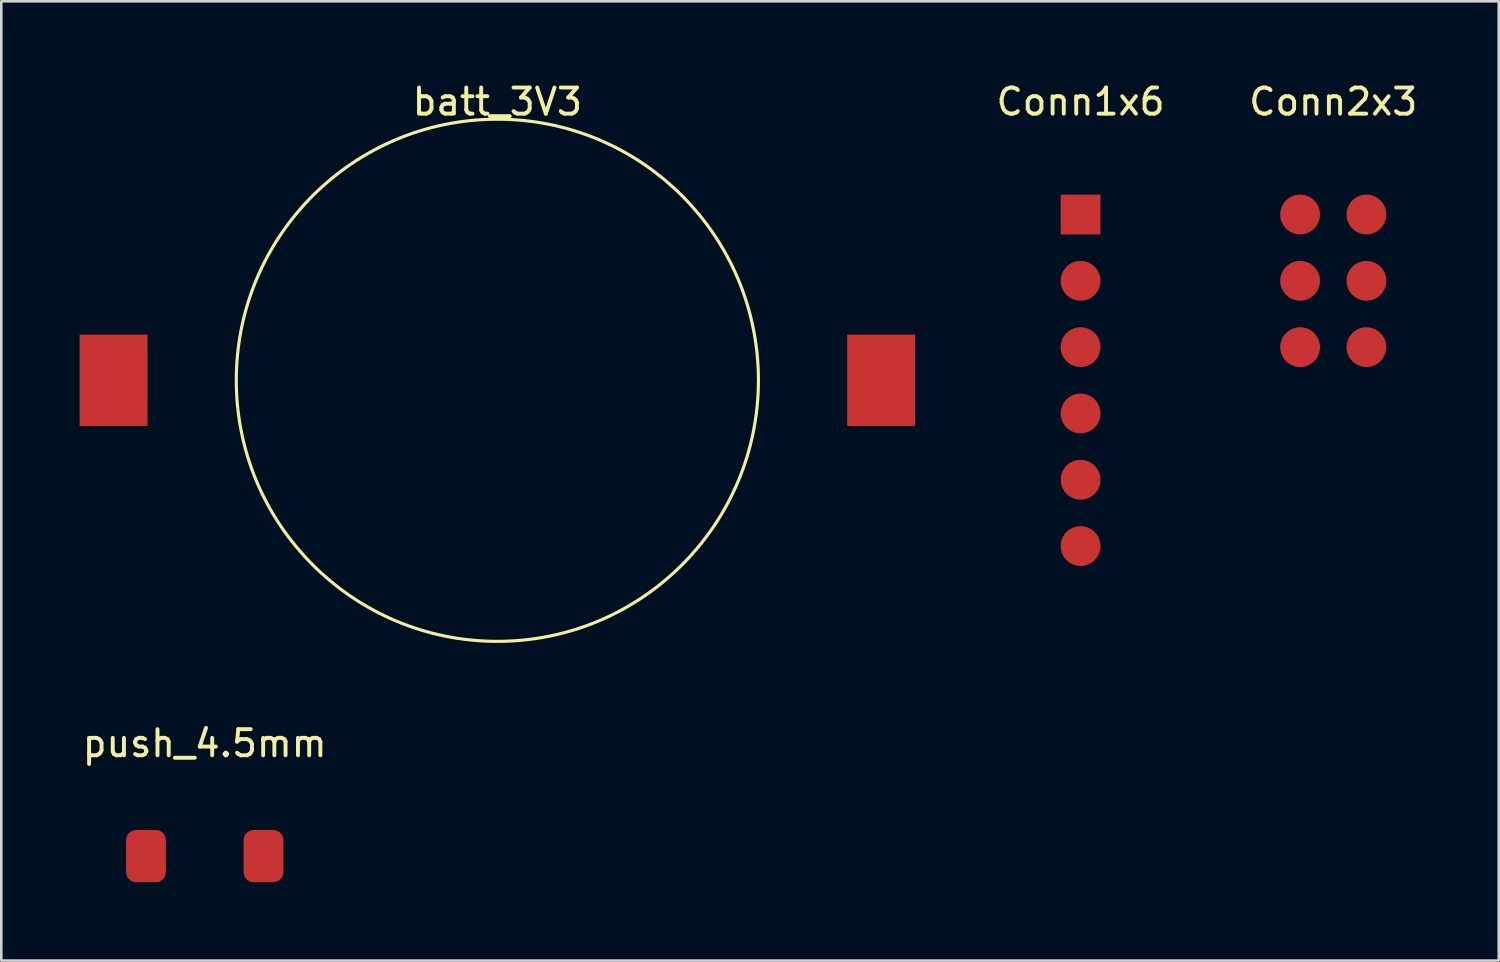
<source format=kicad_pcb>
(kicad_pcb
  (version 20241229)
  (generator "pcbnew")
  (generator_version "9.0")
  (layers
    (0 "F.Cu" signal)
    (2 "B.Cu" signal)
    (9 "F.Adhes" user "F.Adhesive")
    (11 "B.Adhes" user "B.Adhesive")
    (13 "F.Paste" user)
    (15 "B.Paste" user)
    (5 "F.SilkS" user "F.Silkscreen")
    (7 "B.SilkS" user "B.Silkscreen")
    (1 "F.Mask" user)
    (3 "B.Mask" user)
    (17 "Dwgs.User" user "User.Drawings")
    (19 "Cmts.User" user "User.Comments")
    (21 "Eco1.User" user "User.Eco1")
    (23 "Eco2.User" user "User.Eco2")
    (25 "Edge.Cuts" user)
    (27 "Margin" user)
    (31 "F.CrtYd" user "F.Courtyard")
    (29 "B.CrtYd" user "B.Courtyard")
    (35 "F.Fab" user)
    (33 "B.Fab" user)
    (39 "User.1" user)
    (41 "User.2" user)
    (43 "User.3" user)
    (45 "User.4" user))
  (footprint "Conn1x6"
    (layer "F.Cu")
    (at 38.339 11.516)
    (property "Reference" "Conn1x6" (at 0 -10.668 0) (layer "F.SilkS") (effects (font (size 1 1) (thickness 0.15))))
    (attr through_hole)
    (pad "1" connect rect (at 0 -6.35) (size 1.524 1.524) (layers "F.Cu" "F.Mask"))
    (pad "2" connect circle (at 0 -3.81) (size 1.524 1.524) (layers "F.Cu" "F.Mask"))
    (pad "3" connect circle (at 0 -1.27) (size 1.524 1.524) (layers "F.Cu" "F.Mask"))
    (pad "4" connect circle (at 0 1.27) (size 1.524 1.524) (layers "F.Cu" "F.Mask"))
    (pad "5" connect circle (at 0 3.81) (size 1.524 1.524) (layers "F.Cu" "F.Mask"))
    (pad "6" connect circle (at 0 6.35) (size 1.524 1.524) (layers "F.Cu" "F.Mask")))
  (footprint "push_4.5mm"
    (layer "F.Cu")
    (at 4.792 29.742)
    (property "Reference" "push_4.5mm" (at 0 -4.318 0) (layer "F.SilkS") (effects (font (size 1 1) (thickness 0.15))))
    (attr through_hole)
    (pad "1" smd roundrect (at -2.25 0) (size 1.524 2) (layers "F.Cu" "F.Mask" "F.Paste") (roundrect_rratio 0.25))
    (pad "2" smd roundrect (at 2.25 0) (size 1.524 2) (layers "F.Cu" "F.Mask" "F.Paste") (roundrect_rratio 0.25)))
  (footprint "Conn2x3"
    (layer "F.Cu")
    (at 48.018 7.706)
    (property "Reference" "Conn2x3" (at 0 -6.858 0) (layer "F.SilkS") (effects (font (size 1 1) (thickness 0.15))))
    (attr through_hole)
    (pad "1" connect circle (at -1.27 -2.54) (size 1.524 1.524) (layers "F.Cu" "F.Mask"))
    (pad "2" connect circle (at -1.27 0) (size 1.524 1.524) (layers "F.Cu" "F.Mask"))
    (pad "3" connect circle (at -1.27 2.54) (size 1.524 1.524) (layers "F.Cu" "F.Mask"))
    (pad "4" connect circle (at 1.27 -2.54) (size 1.524 1.524) (layers "F.Cu" "F.Mask"))
    (pad "5" connect circle (at 1.27 0) (size 1.524 1.524) (layers "F.Cu" "F.Mask"))
    (pad "6" connect circle (at 1.27 2.54) (size 1.524 1.524) (layers "F.Cu" "F.Mask")))
  (footprint "batt_3V3"
    (layer "F.Cu")
    (at 16 11.516)
    (property "Reference" "batt_3V3" (at 0 -10.668 0) (layer "F.SilkS") (effects (font (size 1 1) (thickness 0.15))))
    (attr through_hole)
    (fp_circle (center 0 0) (end 10 0) (stroke (width 0.12) (type solid)) (fill no) (layer "F.SilkS"))
    (pad "1" smd rect (at -14.7 0) (size 2.6 3.5) (layers "F.Cu" "F.Mask" "F.Paste"))
    (pad "2" smd rect (at 14.7 0) (size 2.6 3.5) (layers "F.Cu" "F.Mask" "F.Paste")))
  (gr_rect
    (start -3 -3)
    (end 54.357 33.742)
    (stroke (width 0.1) (type default))
    (fill no)
    (layer "Edge.Cuts")))
</source>
